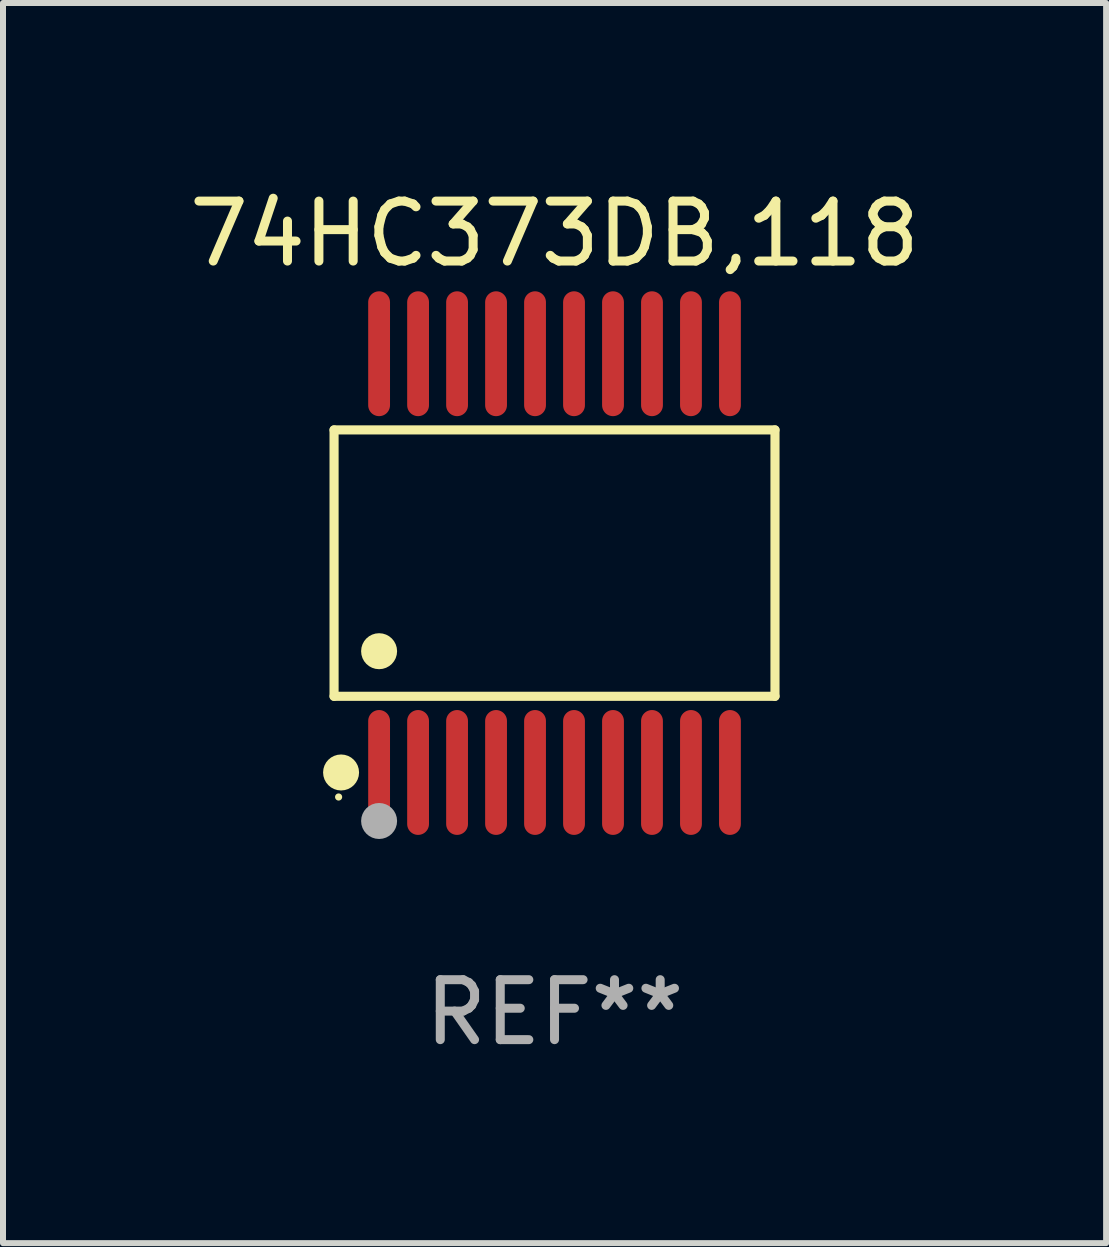
<source format=kicad_pcb>
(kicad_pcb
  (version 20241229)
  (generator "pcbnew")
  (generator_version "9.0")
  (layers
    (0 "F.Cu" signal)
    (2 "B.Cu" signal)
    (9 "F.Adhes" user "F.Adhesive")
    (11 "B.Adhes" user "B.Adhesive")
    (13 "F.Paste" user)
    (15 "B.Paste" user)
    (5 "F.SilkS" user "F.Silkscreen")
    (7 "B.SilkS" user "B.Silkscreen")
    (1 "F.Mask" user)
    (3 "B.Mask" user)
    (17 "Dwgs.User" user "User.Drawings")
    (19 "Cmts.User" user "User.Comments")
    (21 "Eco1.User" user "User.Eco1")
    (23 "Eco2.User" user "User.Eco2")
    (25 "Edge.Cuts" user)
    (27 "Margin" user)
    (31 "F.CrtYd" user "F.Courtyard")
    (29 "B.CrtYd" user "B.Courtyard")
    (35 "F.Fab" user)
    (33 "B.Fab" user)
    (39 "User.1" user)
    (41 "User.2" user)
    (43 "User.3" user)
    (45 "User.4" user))
  (footprint "74HC373DB,118"
    (layer "F.Cu")
    (at 6.196 6.339)
    (property "Reference" "74HC373DB,118" (at 0 -5.491 0) (layer "F.SilkS") (effects (font (size 1 1) (thickness 0.15))))
    (attr through_hole)
    (fp_line (start -3.676 -2.221) (end 3.676 -2.221) (stroke (width 0.152) (type solid)) (layer "F.SilkS"))
    (fp_line (start -3.676 2.221) (end -3.676 -2.221) (stroke (width 0.152) (type solid)) (layer "F.SilkS"))
    (fp_line (start 3.676 -2.221) (end 3.676 2.221) (stroke (width 0.152) (type solid)) (layer "F.SilkS"))
    (fp_line (start 3.676 2.221) (end -3.676 2.221) (stroke (width 0.152) (type solid)) (layer "F.SilkS"))
    (fp_circle (center -3.6 3.9) (end -3.57 3.9) (stroke (width 0.06) (type solid)) (fill no) (layer "F.SilkS"))
    (fp_circle (center -3.559 3.491) (end -3.409 3.491) (stroke (width 0.3) (type solid)) (fill no) (layer "F.SilkS"))
    (fp_circle (center -2.925 1.469) (end -2.775 1.469) (stroke (width 0.3) (type solid)) (fill no) (layer "F.SilkS"))
    (fp_circle (center -2.925 4.3) (end -2.775 4.3) (stroke (width 0.3) (type solid)) (fill no) (layer "F.Fab"))
    (fp_text user "REF**" (at 0 7.491 0) (layer "F.Fab") (effects (font (size 1 1) (thickness 0.15))))
    (pad "1" smd oval (at -2.925 3.491) (size 0.364 2.082) (layers "F.Cu" "F.Mask" "F.Paste"))
    (pad "2" smd oval (at -2.275 3.491) (size 0.364 2.082) (layers "F.Cu" "F.Mask" "F.Paste"))
    (pad "3" smd oval (at -1.625 3.491) (size 0.364 2.082) (layers "F.Cu" "F.Mask" "F.Paste"))
    (pad "4" smd oval (at -0.975 3.491) (size 0.364 2.082) (layers "F.Cu" "F.Mask" "F.Paste"))
    (pad "5" smd oval (at -0.325 3.491) (size 0.364 2.082) (layers "F.Cu" "F.Mask" "F.Paste"))
    (pad "6" smd oval (at 0.325 3.491) (size 0.364 2.082) (layers "F.Cu" "F.Mask" "F.Paste"))
    (pad "7" smd oval (at 0.975 3.491) (size 0.364 2.082) (layers "F.Cu" "F.Mask" "F.Paste"))
    (pad "8" smd oval (at 1.625 3.491) (size 0.364 2.082) (layers "F.Cu" "F.Mask" "F.Paste"))
    (pad "9" smd oval (at 2.275 3.491) (size 0.364 2.082) (layers "F.Cu" "F.Mask" "F.Paste"))
    (pad "10" smd oval (at 2.925 3.491) (size 0.364 2.082) (layers "F.Cu" "F.Mask" "F.Paste"))
    (pad "11" smd oval (at 2.925 -3.491) (size 0.364 2.082) (layers "F.Cu" "F.Mask" "F.Paste"))
    (pad "12" smd oval (at 2.275 -3.491) (size 0.364 2.082) (layers "F.Cu" "F.Mask" "F.Paste"))
    (pad "13" smd oval (at 1.625 -3.491) (size 0.364 2.082) (layers "F.Cu" "F.Mask" "F.Paste"))
    (pad "14" smd oval (at 0.975 -3.491) (size 0.364 2.082) (layers "F.Cu" "F.Mask" "F.Paste"))
    (pad "15" smd oval (at 0.325 -3.491) (size 0.364 2.082) (layers "F.Cu" "F.Mask" "F.Paste"))
    (pad "16" smd oval (at -0.325 -3.491) (size 0.364 2.082) (layers "F.Cu" "F.Mask" "F.Paste"))
    (pad "17" smd oval (at -0.975 -3.491) (size 0.364 2.082) (layers "F.Cu" "F.Mask" "F.Paste"))
    (pad "18" smd oval (at -1.625 -3.491) (size 0.364 2.082) (layers "F.Cu" "F.Mask" "F.Paste"))
    (pad "19" smd oval (at -2.275 -3.491) (size 0.364 2.082) (layers "F.Cu" "F.Mask" "F.Paste"))
    (pad "20" smd oval (at -2.925 -3.491) (size 0.364 2.082) (layers "F.Cu" "F.Mask" "F.Paste")))
  (gr_rect
    (start -3 -3)
    (end 15.393 17.678)
    (stroke (width 0.1) (type default))
    (fill no)
    (layer "Edge.Cuts")))
</source>
